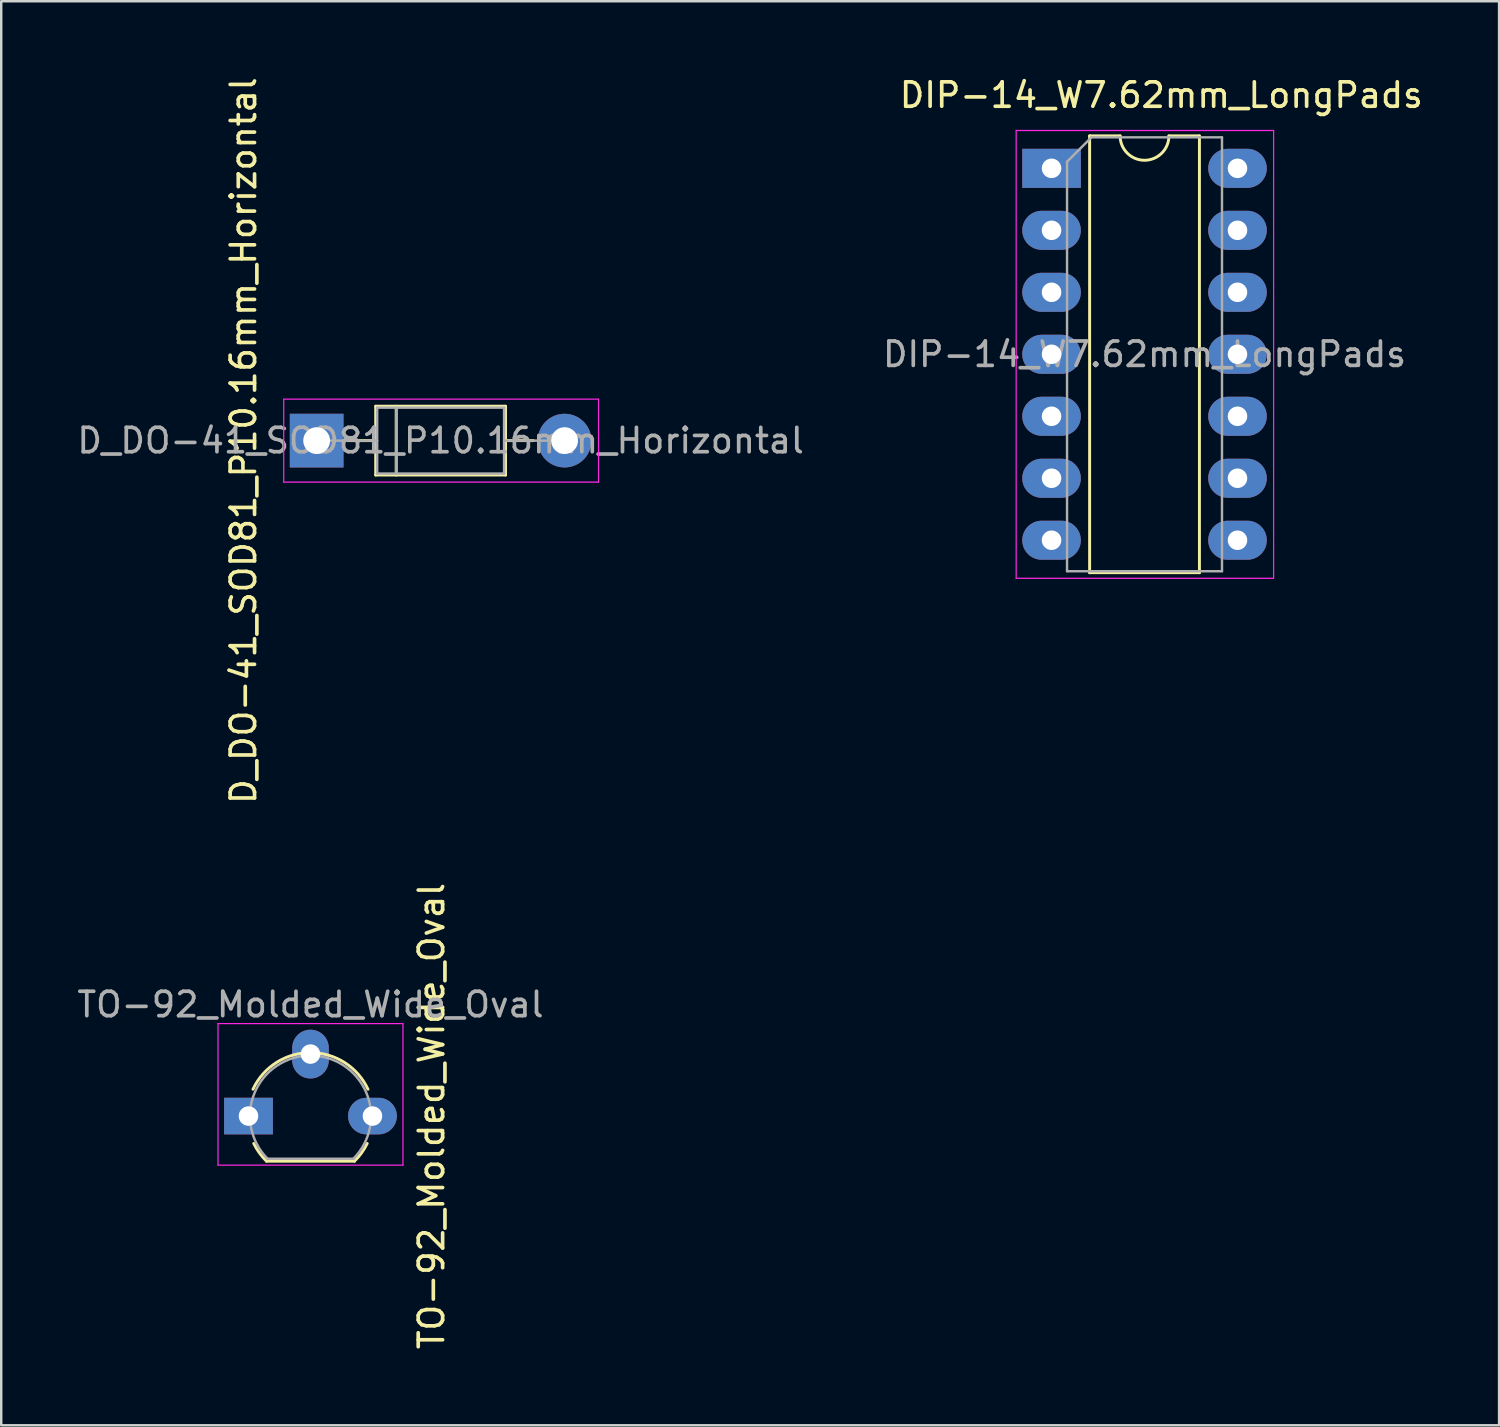
<source format=kicad_pcb>
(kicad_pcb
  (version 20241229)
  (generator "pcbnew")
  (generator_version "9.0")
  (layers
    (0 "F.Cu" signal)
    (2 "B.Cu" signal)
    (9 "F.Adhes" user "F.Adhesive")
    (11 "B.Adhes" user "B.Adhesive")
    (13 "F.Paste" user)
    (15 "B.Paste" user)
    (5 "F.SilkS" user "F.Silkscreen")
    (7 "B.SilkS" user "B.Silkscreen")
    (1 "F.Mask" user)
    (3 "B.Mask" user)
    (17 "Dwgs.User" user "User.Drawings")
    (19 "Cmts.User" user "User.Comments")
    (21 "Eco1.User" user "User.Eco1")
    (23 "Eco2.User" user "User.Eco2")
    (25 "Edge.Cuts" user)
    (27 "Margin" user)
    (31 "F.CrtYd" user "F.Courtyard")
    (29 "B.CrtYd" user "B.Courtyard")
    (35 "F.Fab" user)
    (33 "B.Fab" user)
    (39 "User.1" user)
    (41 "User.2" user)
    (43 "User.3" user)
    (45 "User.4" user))
  (footprint "D_DO-41_SOD81_P10.16mm_Horizontal"
    (layer "F.Cu")
    (at 9.926 15.006)
    (property "Reference" "D_DO-41_SOD81_P10.16mm_Horizontal" (at -3 0 90) (layer "F.SilkS") (effects (font (size 1 1) (thickness 0.15))))
    (attr through_hole)
    (fp_line (start 1.28 0) (end 2.42 0) (stroke (width 0.12) (type solid)) (layer "F.SilkS"))
    (fp_line (start 2.42 -1.41) (end 2.42 1.41) (stroke (width 0.12) (type solid)) (layer "F.SilkS"))
    (fp_line (start 2.42 1.41) (end 7.74 1.41) (stroke (width 0.12) (type solid)) (layer "F.SilkS"))
    (fp_line (start 3.26 -1.41) (end 3.26 1.41) (stroke (width 0.12) (type solid)) (layer "F.SilkS"))
    (fp_line (start 7.74 -1.41) (end 2.42 -1.41) (stroke (width 0.12) (type solid)) (layer "F.SilkS"))
    (fp_line (start 7.74 1.41) (end 7.74 -1.41) (stroke (width 0.12) (type solid)) (layer "F.SilkS"))
    (fp_line (start 8.88 0) (end 7.74 0) (stroke (width 0.12) (type solid)) (layer "F.SilkS"))
    (fp_line (start -1.35 -1.7) (end -1.35 1.7) (stroke (width 0.05) (type solid)) (layer "F.CrtYd"))
    (fp_line (start -1.35 1.7) (end 11.55 1.7) (stroke (width 0.05) (type solid)) (layer "F.CrtYd"))
    (fp_line (start 11.55 -1.7) (end -1.35 -1.7) (stroke (width 0.05) (type solid)) (layer "F.CrtYd"))
    (fp_line (start 11.55 1.7) (end 11.55 -1.7) (stroke (width 0.05) (type solid)) (layer "F.CrtYd"))
    (fp_line (start 0 0) (end 2.48 0) (stroke (width 0.1) (type solid)) (layer "F.Fab"))
    (fp_line (start 2.48 -1.35) (end 2.48 1.35) (stroke (width 0.1) (type solid)) (layer "F.Fab"))
    (fp_line (start 2.48 1.35) (end 7.68 1.35) (stroke (width 0.1) (type solid)) (layer "F.Fab"))
    (fp_line (start 3.26 -1.35) (end 3.26 1.35) (stroke (width 0.1) (type solid)) (layer "F.Fab"))
    (fp_line (start 7.68 -1.35) (end 2.48 -1.35) (stroke (width 0.1) (type solid)) (layer "F.Fab"))
    (fp_line (start 7.68 1.35) (end 7.68 -1.35) (stroke (width 0.1) (type solid)) (layer "F.Fab"))
    (fp_line (start 10.16 0) (end 7.68 0) (stroke (width 0.1) (type solid)) (layer "F.Fab"))
    (fp_text user "${REFERENCE}" (at 5.08 0 0) (layer "F.Fab") (effects (font (size 1 1) (thickness 0.15))))
    (pad "1" thru_hole rect (at 0 0) (size 2.2 2.2) (drill 1.1) (layers "*.Cu" "*.Mask"))
    (pad "2" thru_hole oval (at 10.16 0) (size 2.2 2.2) (drill 1.1) (layers "*.Cu" "*.Mask")))
  (footprint "TO-92_Molded_Wide_Oval"
    (layer "F.Cu")
    (at 7.133 42.685)
    (property "Reference" "TO-92_Molded_Wide_Oval" (at 7.5 0 90) (layer "F.SilkS") (effects (font (size 1 1) (thickness 0.15))))
    (attr through_hole)
    (fp_line (start 0.74 1.85) (end 4.34 1.85) (stroke (width 0.12) (type solid)) (layer "F.SilkS"))
    (fp_arc (start 0.1836 -1.098807) (mid 1.143021 -2.192817) (end 2.54 -2.6) (stroke (width 0.12) (type solid)) (layer "F.SilkS"))
    (fp_arc (start 0.74 1.85) (mid 0.446097 1.509328) (end 0.215816 1.122795) (stroke (width 0.12) (type solid)) (layer "F.SilkS"))
    (fp_arc (start 2.54 -2.6) (mid 3.936979 -2.192818) (end 4.8964 -1.098807) (stroke (width 0.12) (type solid)) (layer "F.SilkS"))
    (fp_arc (start 4.864184 1.122795) (mid 4.633903 1.509328) (end 4.34 1.85) (stroke (width 0.12) (type solid)) (layer "F.SilkS"))
    (fp_line (start -1.25 -3.79) (end -1.25 2.01) (stroke (width 0.05) (type solid)) (layer "F.CrtYd"))
    (fp_line (start -1.25 -3.79) (end 6.33 -3.79) (stroke (width 0.05) (type solid)) (layer "F.CrtYd"))
    (fp_line (start 6.33 2.01) (end -1.25 2.01) (stroke (width 0.05) (type solid)) (layer "F.CrtYd"))
    (fp_line (start 6.33 2.01) (end 6.33 -3.79) (stroke (width 0.05) (type solid)) (layer "F.CrtYd"))
    (fp_line (start 0.8 1.75) (end 4.3 1.75) (stroke (width 0.1) (type solid)) (layer "F.Fab"))
    (fp_arc (start 0.786375 1.753625) (mid 0.248779 -0.949055) (end 2.54 -2.48) (stroke (width 0.1) (type solid)) (layer "F.Fab"))
    (fp_arc (start 2.54 -2.48) (mid 4.831221 -0.949055) (end 4.293625 1.753625) (stroke (width 0.1) (type solid)) (layer "F.Fab"))
    (fp_text user "${REFERENCE}" (at 2.54 -4.57 0) (layer "F.Fab") (effects (font (size 1 1) (thickness 0.15))))
    (pad "1" thru_hole rect (at 0 0 90) (size 1.5 2) (drill 0.8) (layers "*.Cu" "*.Mask"))
    (pad "2" thru_hole oval (at 2.54 -2.54 90) (size 2 1.5) (drill 0.8) (layers "*.Cu" "*.Mask"))
    (pad "3" thru_hole oval (at 5.08 0 90) (size 1.5 2) (drill 0.8) (layers "*.Cu" "*.Mask")))
  (footprint "DIP-14_W7.62mm_LongPads"
    (layer "F.Cu")
    (at 40.041 3.848)
    (property "Reference" "DIP-14_W7.62mm_LongPads" (at 4.5 -3 0) (layer "F.SilkS") (effects (font (size 1 1) (thickness 0.15))))
    (attr through_hole)
    (fp_line (start 1.56 -1.33) (end 1.56 16.57) (stroke (width 0.12) (type solid)) (layer "F.SilkS"))
    (fp_line (start 1.56 16.57) (end 6.06 16.57) (stroke (width 0.12) (type solid)) (layer "F.SilkS"))
    (fp_line (start 2.81 -1.33) (end 1.56 -1.33) (stroke (width 0.12) (type solid)) (layer "F.SilkS"))
    (fp_line (start 6.06 -1.33) (end 4.81 -1.33) (stroke (width 0.12) (type solid)) (layer "F.SilkS"))
    (fp_line (start 6.06 16.57) (end 6.06 -1.33) (stroke (width 0.12) (type solid)) (layer "F.SilkS"))
    (fp_arc (start 4.81 -1.33) (mid 3.81 -0.33) (end 2.81 -1.33) (stroke (width 0.12) (type solid)) (layer "F.SilkS"))
    (fp_line (start -1.45 -1.55) (end -1.45 16.8) (stroke (width 0.05) (type solid)) (layer "F.CrtYd"))
    (fp_line (start -1.45 16.8) (end 9.1 16.8) (stroke (width 0.05) (type solid)) (layer "F.CrtYd"))
    (fp_line (start 9.1 -1.55) (end -1.45 -1.55) (stroke (width 0.05) (type solid)) (layer "F.CrtYd"))
    (fp_line (start 9.1 16.8) (end 9.1 -1.55) (stroke (width 0.05) (type solid)) (layer "F.CrtYd"))
    (fp_line (start 0.635 -0.27) (end 1.635 -1.27) (stroke (width 0.1) (type solid)) (layer "F.Fab"))
    (fp_line (start 0.635 16.51) (end 0.635 -0.27) (stroke (width 0.1) (type solid)) (layer "F.Fab"))
    (fp_line (start 1.635 -1.27) (end 6.985 -1.27) (stroke (width 0.1) (type solid)) (layer "F.Fab"))
    (fp_line (start 6.985 -1.27) (end 6.985 16.51) (stroke (width 0.1) (type solid)) (layer "F.Fab"))
    (fp_line (start 6.985 16.51) (end 0.635 16.51) (stroke (width 0.1) (type solid)) (layer "F.Fab"))
    (fp_text user "${REFERENCE}" (at 3.81 7.62 0) (layer "F.Fab") (effects (font (size 1 1) (thickness 0.15))))
    (pad "1" thru_hole rect (at 0 0) (size 2.4 1.6) (drill 0.8) (layers "*.Cu" "*.Mask"))
    (pad "2" thru_hole oval (at 0 2.54) (size 2.4 1.6) (drill 0.8) (layers "*.Cu" "*.Mask"))
    (pad "3" thru_hole oval (at 0 5.08) (size 2.4 1.6) (drill 0.8) (layers "*.Cu" "*.Mask"))
    (pad "4" thru_hole oval (at 0 7.62) (size 2.4 1.6) (drill 0.8) (layers "*.Cu" "*.Mask"))
    (pad "5" thru_hole oval (at 0 10.16) (size 2.4 1.6) (drill 0.8) (layers "*.Cu" "*.Mask"))
    (pad "6" thru_hole oval (at 0 12.7) (size 2.4 1.6) (drill 0.8) (layers "*.Cu" "*.Mask"))
    (pad "7" thru_hole oval (at 0 15.24) (size 2.4 1.6) (drill 0.8) (layers "*.Cu" "*.Mask"))
    (pad "8" thru_hole oval (at 7.62 15.24) (size 2.4 1.6) (drill 0.8) (layers "*.Cu" "*.Mask"))
    (pad "9" thru_hole oval (at 7.62 12.7) (size 2.4 1.6) (drill 0.8) (layers "*.Cu" "*.Mask"))
    (pad "10" thru_hole oval (at 7.62 10.16) (size 2.4 1.6) (drill 0.8) (layers "*.Cu" "*.Mask"))
    (pad "11" thru_hole oval (at 7.62 7.62) (size 2.4 1.6) (drill 0.8) (layers "*.Cu" "*.Mask"))
    (pad "12" thru_hole oval (at 7.62 5.08) (size 2.4 1.6) (drill 0.8) (layers "*.Cu" "*.Mask"))
    (pad "13" thru_hole oval (at 7.62 2.54) (size 2.4 1.6) (drill 0.8) (layers "*.Cu" "*.Mask"))
    (pad "14" thru_hole oval (at 7.62 0) (size 2.4 1.6) (drill 0.8) (layers "*.Cu" "*.Mask")))
  (gr_rect
    (start -3 -3)
    (end 58.38 55.357)
    (stroke (width 0.1) (type default))
    (fill no)
    (layer "Edge.Cuts")))
</source>
